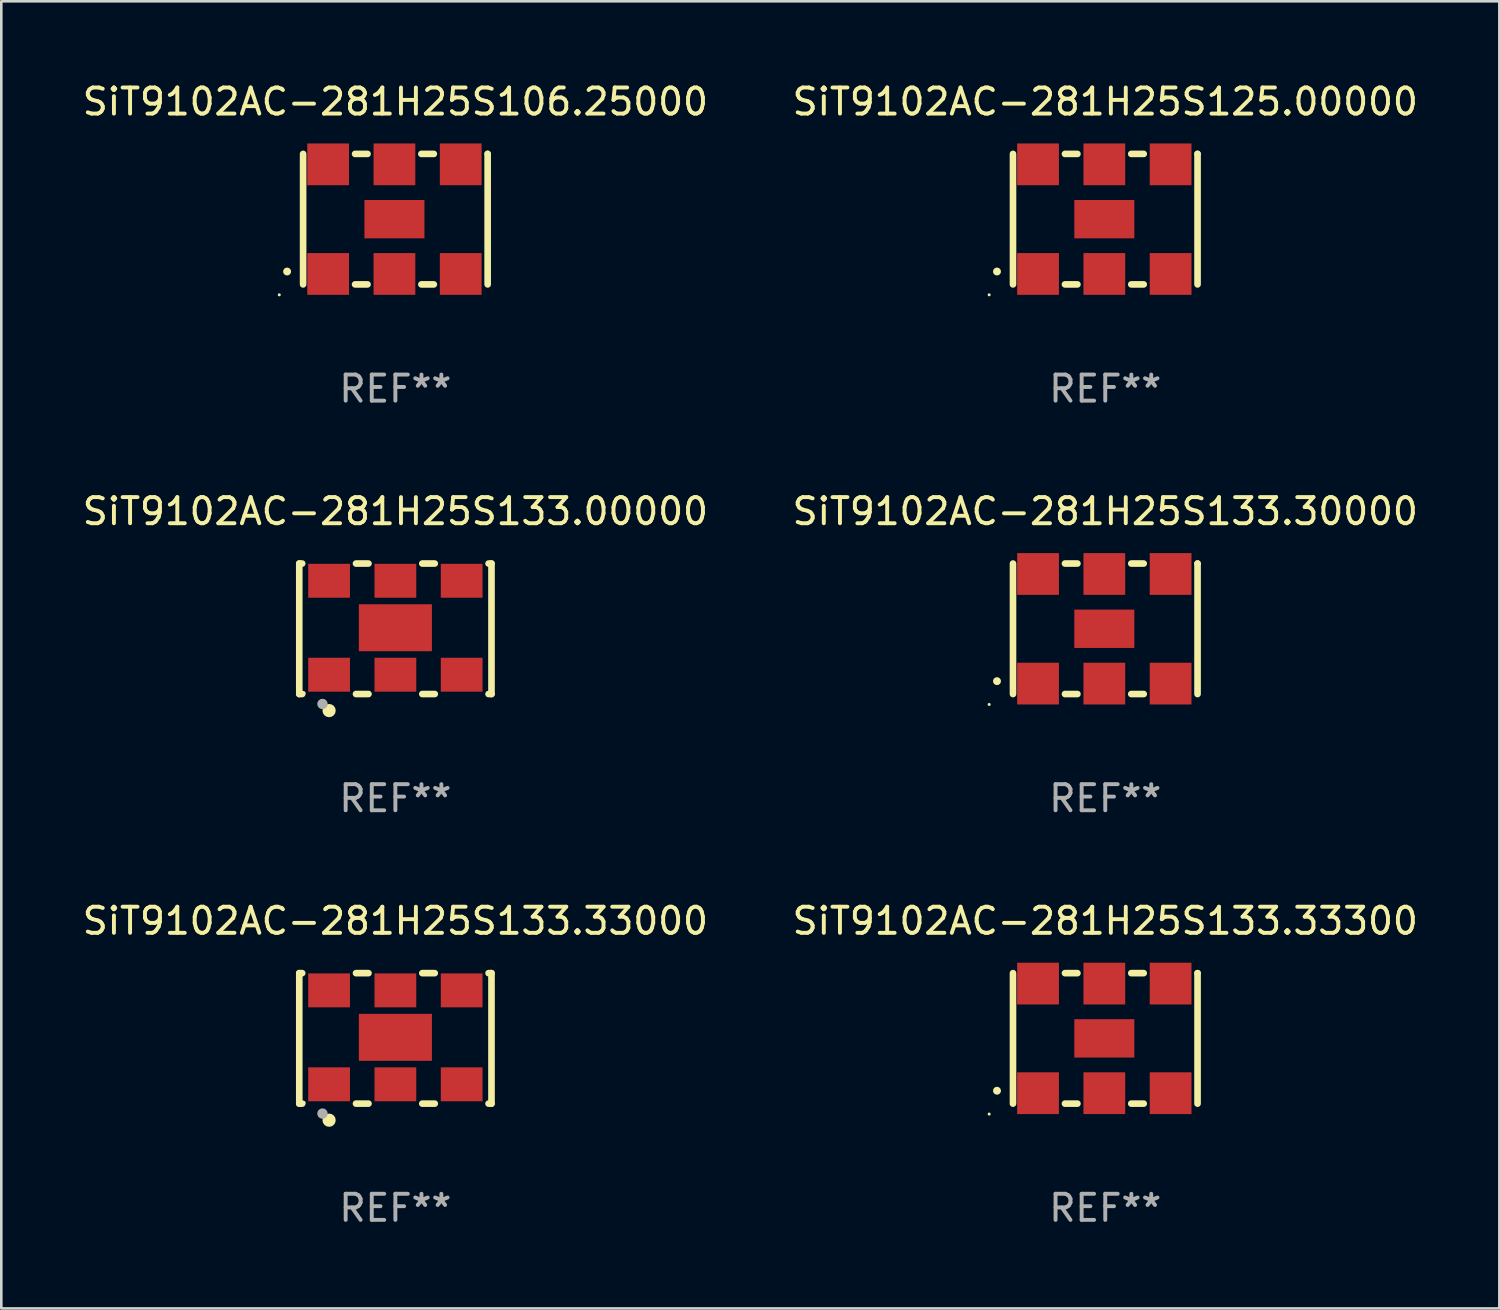
<source format=kicad_pcb>
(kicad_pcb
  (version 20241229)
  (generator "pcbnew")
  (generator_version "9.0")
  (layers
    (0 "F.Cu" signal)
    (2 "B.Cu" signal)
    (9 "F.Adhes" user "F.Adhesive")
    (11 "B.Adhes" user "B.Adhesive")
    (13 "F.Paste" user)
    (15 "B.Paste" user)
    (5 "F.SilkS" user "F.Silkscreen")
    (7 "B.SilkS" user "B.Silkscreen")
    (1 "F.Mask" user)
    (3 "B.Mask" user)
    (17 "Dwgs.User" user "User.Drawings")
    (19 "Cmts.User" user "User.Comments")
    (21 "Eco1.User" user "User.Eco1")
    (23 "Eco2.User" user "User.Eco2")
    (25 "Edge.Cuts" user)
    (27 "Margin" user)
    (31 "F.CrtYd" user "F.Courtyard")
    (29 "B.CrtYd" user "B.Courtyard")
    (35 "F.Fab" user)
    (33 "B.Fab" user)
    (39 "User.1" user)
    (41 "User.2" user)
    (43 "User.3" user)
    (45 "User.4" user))
  (footprint "SiT9102AC-281H25S133.33300"
    (layer "F.Cu")
    (at 39.304 36.741)
    (property "Reference" "SiT9102AC-281H25S133.33300" (at 0 -4.5 0) (layer "F.SilkS") (effects (font (size 1 1) (thickness 0.15))))
    (attr through_hole)
    (fp_line (start -3.536 -2.5) (end -3.536 2.5) (stroke (width 0.254) (type solid)) (layer "F.SilkS"))
    (fp_line (start -1.544 2.5) (end -1.067 2.5) (stroke (width 0.254) (type solid)) (layer "F.SilkS"))
    (fp_line (start -1.067 -2.5) (end -1.544 -2.5) (stroke (width 0.254) (type solid)) (layer "F.SilkS"))
    (fp_line (start 0.996 2.5) (end 1.473 2.5) (stroke (width 0.254) (type solid)) (layer "F.SilkS"))
    (fp_line (start 1.473 -2.5) (end 0.996 -2.5) (stroke (width 0.254) (type solid)) (layer "F.SilkS"))
    (fp_line (start 3.536 -2.5) (end 3.536 -2.5) (stroke (width 0.254) (type solid)) (layer "F.SilkS"))
    (fp_line (start 3.536 2.5) (end 3.536 -2.5) (stroke (width 0.254) (type solid)) (layer "F.SilkS"))
    (fp_arc (start -4.150432 2.006604) (mid -4.149162 2.006599) (end -4.147892 2.006604) (stroke (width 0.3) (type solid)) (layer "F.SilkS"))
    (fp_circle (center -4.449 2.9) (end -4.419 2.9) (stroke (width 0.06) (type solid)) (fill no) (layer "F.SilkS"))
    (fp_text user "REF**" (at 0 6.5 0) (layer "F.Fab") (effects (font (size 1 1) (thickness 0.15))))
    (pad "1" smd rect (at -2.576 2.1) (size 1.6 1.6) (layers "F.Cu" "F.Mask" "F.Paste"))
    (pad "2" smd rect (at -0.036 2.1) (size 1.6 1.6) (layers "F.Cu" "F.Mask" "F.Paste"))
    (pad "3" smd rect (at 2.504 2.1) (size 1.6 1.6) (layers "F.Cu" "F.Mask" "F.Paste"))
    (pad "4" smd rect (at 2.504 -2.1) (size 1.6 1.6) (layers "F.Cu" "F.Mask" "F.Paste"))
    (pad "5" smd rect (at -0.036 -2.1) (size 1.6 1.6) (layers "F.Cu" "F.Mask" "F.Paste"))
    (pad "6" smd rect (at -2.576 -2.1) (size 1.6 1.6) (layers "F.Cu" "F.Mask" "F.Paste"))
    (pad "7" smd rect (at -0.036 0) (size 2.3 1.47) (layers "F.Cu" "F.Mask" "F.Paste")))
  (footprint "SiT9102AC-281H25S133.33000"
    (layer "F.Cu")
    (at 12.101 36.741)
    (property "Reference" "SiT9102AC-281H25S133.33000" (at 0 -4.5 0) (layer "F.SilkS") (effects (font (size 1 1) (thickness 0.15))))
    (attr through_hole)
    (fp_line (start -3.683 -2.5) (end -3.571 -2.5) (stroke (width 0.254) (type solid)) (layer "F.SilkS"))
    (fp_line (start -3.683 2.5) (end -3.683 -2.5) (stroke (width 0.254) (type solid)) (layer "F.SilkS"))
    (fp_line (start -3.683 2.5) (end -3.571 2.5) (stroke (width 0.254) (type solid)) (layer "F.SilkS"))
    (fp_line (start -1.509 -2.5) (end -1.031 -2.5) (stroke (width 0.254) (type solid)) (layer "F.SilkS"))
    (fp_line (start -1.509 2.5) (end -1.031 2.5) (stroke (width 0.254) (type solid)) (layer "F.SilkS"))
    (fp_line (start 1.031 -2.5) (end 1.509 -2.5) (stroke (width 0.254) (type solid)) (layer "F.SilkS"))
    (fp_line (start 1.031 2.5) (end 1.509 2.5) (stroke (width 0.254) (type solid)) (layer "F.SilkS"))
    (fp_line (start 3.571 -2.5) (end 3.683 -2.5) (stroke (width 0.254) (type solid)) (layer "F.SilkS"))
    (fp_line (start 3.571 2.5) (end 3.683 2.5) (stroke (width 0.254) (type solid)) (layer "F.SilkS"))
    (fp_line (start 3.683 2.5) (end 3.683 -2.5) (stroke (width 0.254) (type solid)) (layer "F.SilkS"))
    (fp_circle (center -3.5 2.46) (end -3.47 2.46) (stroke (width 0.06) (type solid)) (fill no) (layer "F.SilkS"))
    (fp_circle (center -2.54 3.135) (end -2.413 3.135) (stroke (width 0.254) (type solid)) (fill no) (layer "F.SilkS"))
    (fp_circle (center -2.794 2.881) (end -2.694 2.881) (stroke (width 0.2) (type solid)) (fill no) (layer "F.Fab"))
    (fp_text user "REF**" (at 0 6.5 0) (layer "F.Fab") (effects (font (size 1 1) (thickness 0.15))))
    (pad "1" smd rect (at -2.54 1.76) (size 1.6 1.3) (layers "F.Cu" "F.Mask" "F.Paste"))
    (pad "2" smd rect (at 0 1.76) (size 1.6 1.3) (layers "F.Cu" "F.Mask" "F.Paste"))
    (pad "3" smd rect (at 2.54 1.76) (size 1.6 1.3) (layers "F.Cu" "F.Mask" "F.Paste"))
    (pad "4" smd rect (at 2.54 -1.84) (size 1.6 1.3) (layers "F.Cu" "F.Mask" "F.Paste"))
    (pad "5" smd rect (at 0 -1.84) (size 1.6 1.3) (layers "F.Cu" "F.Mask" "F.Paste"))
    (pad "6" smd rect (at -2.54 -1.84) (size 1.6 1.3) (layers "F.Cu" "F.Mask" "F.Paste"))
    (pad "7" smd rect (at 0 -0.04) (size 2.8 1.8) (layers "F.Cu" "F.Mask" "F.Paste")))
  (footprint "SiT9102AC-281H25S133.00000"
    (layer "F.Cu")
    (at 12.101 21.045)
    (property "Reference" "SiT9102AC-281H25S133.00000" (at 0 -4.5 0) (layer "F.SilkS") (effects (font (size 1 1) (thickness 0.15))))
    (attr through_hole)
    (fp_line (start -3.683 -2.5) (end -3.571 -2.5) (stroke (width 0.254) (type solid)) (layer "F.SilkS"))
    (fp_line (start -3.683 2.5) (end -3.683 -2.5) (stroke (width 0.254) (type solid)) (layer "F.SilkS"))
    (fp_line (start -3.683 2.5) (end -3.571 2.5) (stroke (width 0.254) (type solid)) (layer "F.SilkS"))
    (fp_line (start -1.509 -2.5) (end -1.031 -2.5) (stroke (width 0.254) (type solid)) (layer "F.SilkS"))
    (fp_line (start -1.509 2.5) (end -1.031 2.5) (stroke (width 0.254) (type solid)) (layer "F.SilkS"))
    (fp_line (start 1.031 -2.5) (end 1.509 -2.5) (stroke (width 0.254) (type solid)) (layer "F.SilkS"))
    (fp_line (start 1.031 2.5) (end 1.509 2.5) (stroke (width 0.254) (type solid)) (layer "F.SilkS"))
    (fp_line (start 3.571 -2.5) (end 3.683 -2.5) (stroke (width 0.254) (type solid)) (layer "F.SilkS"))
    (fp_line (start 3.571 2.5) (end 3.683 2.5) (stroke (width 0.254) (type solid)) (layer "F.SilkS"))
    (fp_line (start 3.683 2.5) (end 3.683 -2.5) (stroke (width 0.254) (type solid)) (layer "F.SilkS"))
    (fp_circle (center -3.5 2.46) (end -3.47 2.46) (stroke (width 0.06) (type solid)) (fill no) (layer "F.SilkS"))
    (fp_circle (center -2.54 3.135) (end -2.413 3.135) (stroke (width 0.254) (type solid)) (fill no) (layer "F.SilkS"))
    (fp_circle (center -2.794 2.881) (end -2.694 2.881) (stroke (width 0.2) (type solid)) (fill no) (layer "F.Fab"))
    (fp_text user "REF**" (at 0 6.5 0) (layer "F.Fab") (effects (font (size 1 1) (thickness 0.15))))
    (pad "1" smd rect (at -2.54 1.76) (size 1.6 1.3) (layers "F.Cu" "F.Mask" "F.Paste"))
    (pad "2" smd rect (at 0 1.76) (size 1.6 1.3) (layers "F.Cu" "F.Mask" "F.Paste"))
    (pad "3" smd rect (at 2.54 1.76) (size 1.6 1.3) (layers "F.Cu" "F.Mask" "F.Paste"))
    (pad "4" smd rect (at 2.54 -1.84) (size 1.6 1.3) (layers "F.Cu" "F.Mask" "F.Paste"))
    (pad "5" smd rect (at 0 -1.84) (size 1.6 1.3) (layers "F.Cu" "F.Mask" "F.Paste"))
    (pad "6" smd rect (at -2.54 -1.84) (size 1.6 1.3) (layers "F.Cu" "F.Mask" "F.Paste"))
    (pad "7" smd rect (at 0 -0.04) (size 2.8 1.8) (layers "F.Cu" "F.Mask" "F.Paste")))
  (footprint "SiT9102AC-281H25S133.30000"
    (layer "F.Cu")
    (at 39.304 21.045)
    (property "Reference" "SiT9102AC-281H25S133.30000" (at 0 -4.5 0) (layer "F.SilkS") (effects (font (size 1 1) (thickness 0.15))))
    (attr through_hole)
    (fp_line (start -3.536 -2.5) (end -3.536 2.5) (stroke (width 0.254) (type solid)) (layer "F.SilkS"))
    (fp_line (start -1.544 2.5) (end -1.067 2.5) (stroke (width 0.254) (type solid)) (layer "F.SilkS"))
    (fp_line (start -1.067 -2.5) (end -1.544 -2.5) (stroke (width 0.254) (type solid)) (layer "F.SilkS"))
    (fp_line (start 0.996 2.5) (end 1.473 2.5) (stroke (width 0.254) (type solid)) (layer "F.SilkS"))
    (fp_line (start 1.473 -2.5) (end 0.996 -2.5) (stroke (width 0.254) (type solid)) (layer "F.SilkS"))
    (fp_line (start 3.536 -2.5) (end 3.536 -2.5) (stroke (width 0.254) (type solid)) (layer "F.SilkS"))
    (fp_line (start 3.536 2.5) (end 3.536 -2.5) (stroke (width 0.254) (type solid)) (layer "F.SilkS"))
    (fp_arc (start -4.150432 2.006604) (mid -4.149162 2.006599) (end -4.147892 2.006604) (stroke (width 0.3) (type solid)) (layer "F.SilkS"))
    (fp_circle (center -4.449 2.9) (end -4.419 2.9) (stroke (width 0.06) (type solid)) (fill no) (layer "F.SilkS"))
    (fp_text user "REF**" (at 0 6.5 0) (layer "F.Fab") (effects (font (size 1 1) (thickness 0.15))))
    (pad "1" smd rect (at -2.576 2.1) (size 1.6 1.6) (layers "F.Cu" "F.Mask" "F.Paste"))
    (pad "2" smd rect (at -0.036 2.1) (size 1.6 1.6) (layers "F.Cu" "F.Mask" "F.Paste"))
    (pad "3" smd rect (at 2.504 2.1) (size 1.6 1.6) (layers "F.Cu" "F.Mask" "F.Paste"))
    (pad "4" smd rect (at 2.504 -2.1) (size 1.6 1.6) (layers "F.Cu" "F.Mask" "F.Paste"))
    (pad "5" smd rect (at -0.036 -2.1) (size 1.6 1.6) (layers "F.Cu" "F.Mask" "F.Paste"))
    (pad "6" smd rect (at -2.576 -2.1) (size 1.6 1.6) (layers "F.Cu" "F.Mask" "F.Paste"))
    (pad "7" smd rect (at -0.036 0) (size 2.3 1.47) (layers "F.Cu" "F.Mask" "F.Paste")))
  (footprint "SiT9102AC-281H25S125.00000"
    (layer "F.Cu")
    (at 39.304 5.348)
    (property "Reference" "SiT9102AC-281H25S125.00000" (at 0 -4.5 0) (layer "F.SilkS") (effects (font (size 1 1) (thickness 0.15))))
    (attr through_hole)
    (fp_line (start -3.536 -2.5) (end -3.536 2.5) (stroke (width 0.254) (type solid)) (layer "F.SilkS"))
    (fp_line (start -1.544 2.5) (end -1.067 2.5) (stroke (width 0.254) (type solid)) (layer "F.SilkS"))
    (fp_line (start -1.067 -2.5) (end -1.544 -2.5) (stroke (width 0.254) (type solid)) (layer "F.SilkS"))
    (fp_line (start 0.996 2.5) (end 1.473 2.5) (stroke (width 0.254) (type solid)) (layer "F.SilkS"))
    (fp_line (start 1.473 -2.5) (end 0.996 -2.5) (stroke (width 0.254) (type solid)) (layer "F.SilkS"))
    (fp_line (start 3.536 -2.5) (end 3.536 -2.5) (stroke (width 0.254) (type solid)) (layer "F.SilkS"))
    (fp_line (start 3.536 2.5) (end 3.536 -2.5) (stroke (width 0.254) (type solid)) (layer "F.SilkS"))
    (fp_arc (start -4.150432 2.006604) (mid -4.149162 2.006599) (end -4.147892 2.006604) (stroke (width 0.3) (type solid)) (layer "F.SilkS"))
    (fp_circle (center -4.449 2.9) (end -4.419 2.9) (stroke (width 0.06) (type solid)) (fill no) (layer "F.SilkS"))
    (fp_text user "REF**" (at 0 6.5 0) (layer "F.Fab") (effects (font (size 1 1) (thickness 0.15))))
    (pad "1" smd rect (at -2.576 2.1) (size 1.6 1.6) (layers "F.Cu" "F.Mask" "F.Paste"))
    (pad "2" smd rect (at -0.036 2.1) (size 1.6 1.6) (layers "F.Cu" "F.Mask" "F.Paste"))
    (pad "3" smd rect (at 2.504 2.1) (size 1.6 1.6) (layers "F.Cu" "F.Mask" "F.Paste"))
    (pad "4" smd rect (at 2.504 -2.1) (size 1.6 1.6) (layers "F.Cu" "F.Mask" "F.Paste"))
    (pad "5" smd rect (at -0.036 -2.1) (size 1.6 1.6) (layers "F.Cu" "F.Mask" "F.Paste"))
    (pad "6" smd rect (at -2.576 -2.1) (size 1.6 1.6) (layers "F.Cu" "F.Mask" "F.Paste"))
    (pad "7" smd rect (at -0.036 0) (size 2.3 1.47) (layers "F.Cu" "F.Mask" "F.Paste")))
  (footprint "SiT9102AC-281H25S106.25000"
    (layer "F.Cu")
    (at 12.101 5.348)
    (property "Reference" "SiT9102AC-281H25S106.25000" (at 0 -4.5 0) (layer "F.SilkS") (effects (font (size 1 1) (thickness 0.15))))
    (attr through_hole)
    (fp_line (start -3.536 -2.5) (end -3.536 2.5) (stroke (width 0.254) (type solid)) (layer "F.SilkS"))
    (fp_line (start -1.544 2.5) (end -1.067 2.5) (stroke (width 0.254) (type solid)) (layer "F.SilkS"))
    (fp_line (start -1.067 -2.5) (end -1.544 -2.5) (stroke (width 0.254) (type solid)) (layer "F.SilkS"))
    (fp_line (start 0.996 2.5) (end 1.473 2.5) (stroke (width 0.254) (type solid)) (layer "F.SilkS"))
    (fp_line (start 1.473 -2.5) (end 0.996 -2.5) (stroke (width 0.254) (type solid)) (layer "F.SilkS"))
    (fp_line (start 3.536 -2.5) (end 3.536 -2.5) (stroke (width 0.254) (type solid)) (layer "F.SilkS"))
    (fp_line (start 3.536 2.5) (end 3.536 -2.5) (stroke (width 0.254) (type solid)) (layer "F.SilkS"))
    (fp_arc (start -4.150432 2.006604) (mid -4.149162 2.006599) (end -4.147892 2.006604) (stroke (width 0.3) (type solid)) (layer "F.SilkS"))
    (fp_circle (center -4.449 2.9) (end -4.419 2.9) (stroke (width 0.06) (type solid)) (fill no) (layer "F.SilkS"))
    (fp_text user "REF**" (at 0 6.5 0) (layer "F.Fab") (effects (font (size 1 1) (thickness 0.15))))
    (pad "1" smd rect (at -2.576 2.1) (size 1.6 1.6) (layers "F.Cu" "F.Mask" "F.Paste"))
    (pad "2" smd rect (at -0.036 2.1) (size 1.6 1.6) (layers "F.Cu" "F.Mask" "F.Paste"))
    (pad "3" smd rect (at 2.504 2.1) (size 1.6 1.6) (layers "F.Cu" "F.Mask" "F.Paste"))
    (pad "4" smd rect (at 2.504 -2.1) (size 1.6 1.6) (layers "F.Cu" "F.Mask" "F.Paste"))
    (pad "5" smd rect (at -0.036 -2.1) (size 1.6 1.6) (layers "F.Cu" "F.Mask" "F.Paste"))
    (pad "6" smd rect (at -2.576 -2.1) (size 1.6 1.6) (layers "F.Cu" "F.Mask" "F.Paste"))
    (pad "7" smd rect (at -0.036 0) (size 2.3 1.47) (layers "F.Cu" "F.Mask" "F.Paste")))
  (gr_rect
    (start -3 -3)
    (end 54.405 47.09)
    (stroke (width 0.1) (type default))
    (fill no)
    (layer "Edge.Cuts")))
</source>
